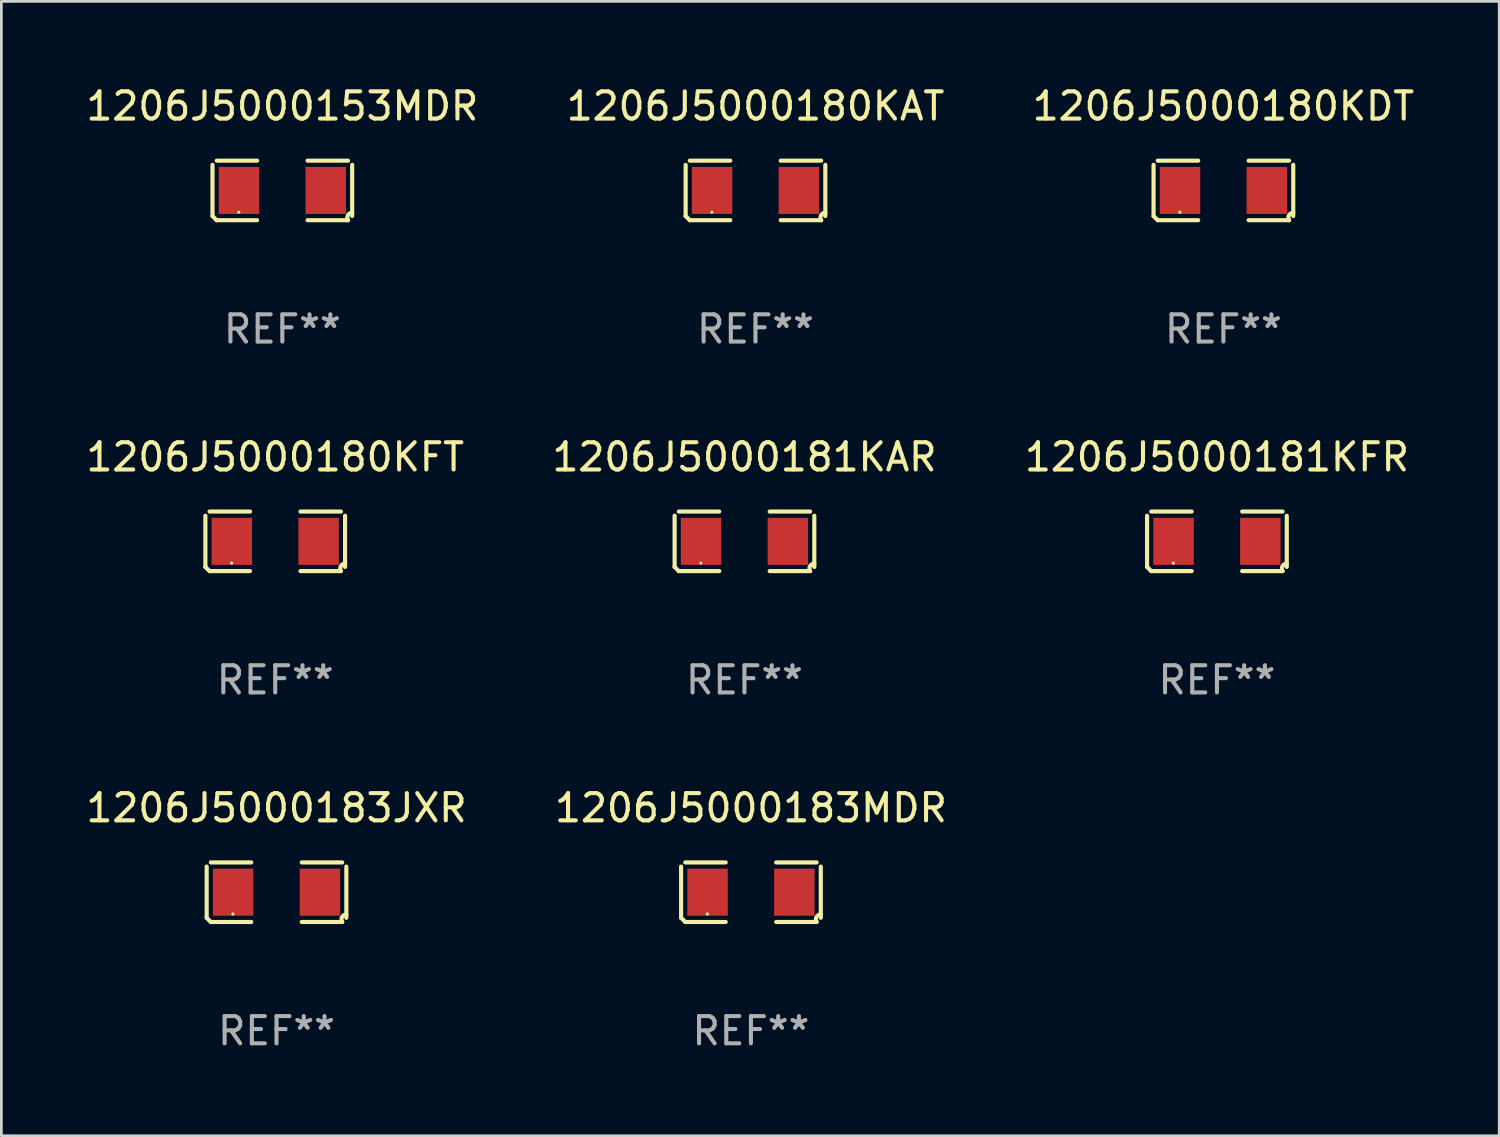
<source format=kicad_pcb>
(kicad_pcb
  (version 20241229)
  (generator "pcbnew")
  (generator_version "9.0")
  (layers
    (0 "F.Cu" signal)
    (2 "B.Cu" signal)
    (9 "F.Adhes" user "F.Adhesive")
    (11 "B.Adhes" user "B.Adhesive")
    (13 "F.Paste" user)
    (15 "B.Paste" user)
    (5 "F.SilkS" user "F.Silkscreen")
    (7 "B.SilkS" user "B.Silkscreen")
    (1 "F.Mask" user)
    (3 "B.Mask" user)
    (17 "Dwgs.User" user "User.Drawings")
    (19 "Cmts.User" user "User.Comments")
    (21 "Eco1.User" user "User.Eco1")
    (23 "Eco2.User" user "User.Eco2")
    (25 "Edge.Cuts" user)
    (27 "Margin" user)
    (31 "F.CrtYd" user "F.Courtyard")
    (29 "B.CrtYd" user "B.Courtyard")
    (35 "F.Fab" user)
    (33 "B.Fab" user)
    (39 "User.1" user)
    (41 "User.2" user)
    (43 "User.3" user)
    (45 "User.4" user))
  (footprint "1206J5000180KFT"
    (layer "F.Cu")
    (at 7.054 16.823)
    (property "Reference" "1206J5000180KFT" (at 0 -3.093 0) (layer "F.SilkS") (effects (font (size 1 1) (thickness 0.15))))
    (attr through_hole)
    (fp_line (start -2.564 0.94) (end -2.564 -0.94) (stroke (width 0.152) (type solid)) (layer "F.SilkS"))
    (fp_line (start -2.411 -1.093) (end -0.926 -1.093) (stroke (width 0.152) (type solid)) (layer "F.SilkS"))
    (fp_line (start -0.926 1.093) (end -2.411 1.093) (stroke (width 0.152) (type solid)) (layer "F.SilkS"))
    (fp_line (start 0.926 1.093) (end 2.411 1.093) (stroke (width 0.152) (type solid)) (layer "F.SilkS"))
    (fp_line (start 2.411 -1.093) (end 0.926 -1.093) (stroke (width 0.152) (type solid)) (layer "F.SilkS"))
    (fp_line (start 2.564 0.94) (end 2.564 -0.94) (stroke (width 0.152) (type solid)) (layer "F.SilkS"))
    (fp_arc (start -2.411201 1.092609) (mid -2.487413 1.01642) (end -2.563602 0.940208) (stroke (width 0.1524) (type solid)) (layer "F.SilkS"))
    (fp_arc (start 2.411201 1.092609) (mid 2.407159 0.911226) (end 2.563602 0.819347) (stroke (width 0.1524) (type solid)) (layer "F.SilkS"))
    (fp_circle (center -1.6 0.8) (end -1.57 0.8) (stroke (width 0.06) (type solid)) (fill no) (layer "F.SilkS"))
    (fp_text user "REF**" (at 0 5.093 0) (layer "F.Fab") (effects (font (size 1 1) (thickness 0.15))))
    (pad "1" smd rect (at -1.593 0) (size 1.485 1.728) (layers "F.Cu" "F.Mask" "F.Paste"))
    (pad "2" smd rect (at 1.593 0) (size 1.485 1.728) (layers "F.Cu" "F.Mask" "F.Paste")))
  (footprint "1206J5000180KDT"
    (layer "F.Cu")
    (at 41.863 3.941)
    (property "Reference" "1206J5000180KDT" (at 0 -3.093 0) (layer "F.SilkS") (effects (font (size 1 1) (thickness 0.15))))
    (attr through_hole)
    (fp_line (start -2.564 0.94) (end -2.564 -0.94) (stroke (width 0.152) (type solid)) (layer "F.SilkS"))
    (fp_line (start -2.411 -1.093) (end -0.926 -1.093) (stroke (width 0.152) (type solid)) (layer "F.SilkS"))
    (fp_line (start -0.926 1.093) (end -2.411 1.093) (stroke (width 0.152) (type solid)) (layer "F.SilkS"))
    (fp_line (start 0.926 1.093) (end 2.411 1.093) (stroke (width 0.152) (type solid)) (layer "F.SilkS"))
    (fp_line (start 2.411 -1.093) (end 0.926 -1.093) (stroke (width 0.152) (type solid)) (layer "F.SilkS"))
    (fp_line (start 2.564 0.94) (end 2.564 -0.94) (stroke (width 0.152) (type solid)) (layer "F.SilkS"))
    (fp_arc (start -2.411201 1.092609) (mid -2.487413 1.01642) (end -2.563602 0.940208) (stroke (width 0.1524) (type solid)) (layer "F.SilkS"))
    (fp_arc (start 2.411201 1.092609) (mid 2.407159 0.911226) (end 2.563602 0.819347) (stroke (width 0.1524) (type solid)) (layer "F.SilkS"))
    (fp_circle (center -1.6 0.8) (end -1.57 0.8) (stroke (width 0.06) (type solid)) (fill no) (layer "F.SilkS"))
    (fp_text user "REF**" (at 0 5.093 0) (layer "F.Fab") (effects (font (size 1 1) (thickness 0.15))))
    (pad "1" smd rect (at -1.593 0) (size 1.485 1.728) (layers "F.Cu" "F.Mask" "F.Paste"))
    (pad "2" smd rect (at 1.593 0) (size 1.485 1.728) (layers "F.Cu" "F.Mask" "F.Paste")))
  (footprint "1206J5000183JXR"
    (layer "F.Cu")
    (at 7.101 29.704)
    (property "Reference" "1206J5000183JXR" (at 0 -3.093 0) (layer "F.SilkS") (effects (font (size 1 1) (thickness 0.15))))
    (attr through_hole)
    (fp_line (start -2.564 0.94) (end -2.564 -0.94) (stroke (width 0.152) (type solid)) (layer "F.SilkS"))
    (fp_line (start -2.411 -1.093) (end -0.926 -1.093) (stroke (width 0.152) (type solid)) (layer "F.SilkS"))
    (fp_line (start -0.926 1.093) (end -2.411 1.093) (stroke (width 0.152) (type solid)) (layer "F.SilkS"))
    (fp_line (start 0.926 1.093) (end 2.411 1.093) (stroke (width 0.152) (type solid)) (layer "F.SilkS"))
    (fp_line (start 2.411 -1.093) (end 0.926 -1.093) (stroke (width 0.152) (type solid)) (layer "F.SilkS"))
    (fp_line (start 2.564 0.94) (end 2.564 -0.94) (stroke (width 0.152) (type solid)) (layer "F.SilkS"))
    (fp_arc (start -2.411201 1.092609) (mid -2.487413 1.01642) (end -2.563602 0.940208) (stroke (width 0.1524) (type solid)) (layer "F.SilkS"))
    (fp_arc (start 2.411201 1.092609) (mid 2.407159 0.911226) (end 2.563602 0.819347) (stroke (width 0.1524) (type solid)) (layer "F.SilkS"))
    (fp_circle (center -1.6 0.8) (end -1.57 0.8) (stroke (width 0.06) (type solid)) (fill no) (layer "F.SilkS"))
    (fp_text user "REF**" (at 0 5.093 0) (layer "F.Fab") (effects (font (size 1 1) (thickness 0.15))))
    (pad "1" smd rect (at -1.593 0) (size 1.485 1.728) (layers "F.Cu" "F.Mask" "F.Paste"))
    (pad "2" smd rect (at 1.593 0) (size 1.485 1.728) (layers "F.Cu" "F.Mask" "F.Paste")))
  (footprint "1206J5000180KAT"
    (layer "F.Cu")
    (at 24.685 3.941)
    (property "Reference" "1206J5000180KAT" (at 0 -3.093 0) (layer "F.SilkS") (effects (font (size 1 1) (thickness 0.15))))
    (attr through_hole)
    (fp_line (start -2.564 0.94) (end -2.564 -0.94) (stroke (width 0.152) (type solid)) (layer "F.SilkS"))
    (fp_line (start -2.411 -1.093) (end -0.926 -1.093) (stroke (width 0.152) (type solid)) (layer "F.SilkS"))
    (fp_line (start -0.926 1.093) (end -2.411 1.093) (stroke (width 0.152) (type solid)) (layer "F.SilkS"))
    (fp_line (start 0.926 1.093) (end 2.411 1.093) (stroke (width 0.152) (type solid)) (layer "F.SilkS"))
    (fp_line (start 2.411 -1.093) (end 0.926 -1.093) (stroke (width 0.152) (type solid)) (layer "F.SilkS"))
    (fp_line (start 2.564 0.94) (end 2.564 -0.94) (stroke (width 0.152) (type solid)) (layer "F.SilkS"))
    (fp_arc (start -2.411201 1.092609) (mid -2.487413 1.01642) (end -2.563602 0.940208) (stroke (width 0.1524) (type solid)) (layer "F.SilkS"))
    (fp_arc (start 2.411201 1.092609) (mid 2.407159 0.911226) (end 2.563602 0.819347) (stroke (width 0.1524) (type solid)) (layer "F.SilkS"))
    (fp_circle (center -1.6 0.8) (end -1.57 0.8) (stroke (width 0.06) (type solid)) (fill no) (layer "F.SilkS"))
    (fp_text user "REF**" (at 0 5.093 0) (layer "F.Fab") (effects (font (size 1 1) (thickness 0.15))))
    (pad "1" smd rect (at -1.593 0) (size 1.485 1.728) (layers "F.Cu" "F.Mask" "F.Paste"))
    (pad "2" smd rect (at 1.593 0) (size 1.485 1.728) (layers "F.Cu" "F.Mask" "F.Paste")))
  (footprint "1206J5000181KFR"
    (layer "F.Cu")
    (at 41.625 16.823)
    (property "Reference" "1206J5000181KFR" (at 0 -3.093 0) (layer "F.SilkS") (effects (font (size 1 1) (thickness 0.15))))
    (attr through_hole)
    (fp_line (start -2.564 0.94) (end -2.564 -0.94) (stroke (width 0.152) (type solid)) (layer "F.SilkS"))
    (fp_line (start -2.411 -1.093) (end -0.926 -1.093) (stroke (width 0.152) (type solid)) (layer "F.SilkS"))
    (fp_line (start -0.926 1.093) (end -2.411 1.093) (stroke (width 0.152) (type solid)) (layer "F.SilkS"))
    (fp_line (start 0.926 1.093) (end 2.411 1.093) (stroke (width 0.152) (type solid)) (layer "F.SilkS"))
    (fp_line (start 2.411 -1.093) (end 0.926 -1.093) (stroke (width 0.152) (type solid)) (layer "F.SilkS"))
    (fp_line (start 2.564 0.94) (end 2.564 -0.94) (stroke (width 0.152) (type solid)) (layer "F.SilkS"))
    (fp_arc (start -2.411201 1.092609) (mid -2.487413 1.01642) (end -2.563602 0.940208) (stroke (width 0.1524) (type solid)) (layer "F.SilkS"))
    (fp_arc (start 2.411201 1.092609) (mid 2.407159 0.911226) (end 2.563602 0.819347) (stroke (width 0.1524) (type solid)) (layer "F.SilkS"))
    (fp_circle (center -1.6 0.8) (end -1.57 0.8) (stroke (width 0.06) (type solid)) (fill no) (layer "F.SilkS"))
    (fp_text user "REF**" (at 0 5.093 0) (layer "F.Fab") (effects (font (size 1 1) (thickness 0.15))))
    (pad "1" smd rect (at -1.593 0) (size 1.485 1.728) (layers "F.Cu" "F.Mask" "F.Paste"))
    (pad "2" smd rect (at 1.593 0) (size 1.485 1.728) (layers "F.Cu" "F.Mask" "F.Paste")))
  (footprint "1206J5000153MDR"
    (layer "F.Cu")
    (at 7.315 3.941)
    (property "Reference" "1206J5000153MDR" (at 0 -3.093 0) (layer "F.SilkS") (effects (font (size 1 1) (thickness 0.15))))
    (attr through_hole)
    (fp_line (start -2.564 0.94) (end -2.564 -0.94) (stroke (width 0.152) (type solid)) (layer "F.SilkS"))
    (fp_line (start -2.411 -1.093) (end -0.926 -1.093) (stroke (width 0.152) (type solid)) (layer "F.SilkS"))
    (fp_line (start -0.926 1.093) (end -2.411 1.093) (stroke (width 0.152) (type solid)) (layer "F.SilkS"))
    (fp_line (start 0.926 1.093) (end 2.411 1.093) (stroke (width 0.152) (type solid)) (layer "F.SilkS"))
    (fp_line (start 2.411 -1.093) (end 0.926 -1.093) (stroke (width 0.152) (type solid)) (layer "F.SilkS"))
    (fp_line (start 2.564 0.94) (end 2.564 -0.94) (stroke (width 0.152) (type solid)) (layer "F.SilkS"))
    (fp_arc (start -2.411201 1.092609) (mid -2.487413 1.01642) (end -2.563602 0.940208) (stroke (width 0.1524) (type solid)) (layer "F.SilkS"))
    (fp_arc (start 2.411201 1.092609) (mid 2.407159 0.911226) (end 2.563602 0.819347) (stroke (width 0.1524) (type solid)) (layer "F.SilkS"))
    (fp_circle (center -1.6 0.8) (end -1.57 0.8) (stroke (width 0.06) (type solid)) (fill no) (layer "F.SilkS"))
    (fp_text user "REF**" (at 0 5.093 0) (layer "F.Fab") (effects (font (size 1 1) (thickness 0.15))))
    (pad "1" smd rect (at -1.593 0) (size 1.485 1.728) (layers "F.Cu" "F.Mask" "F.Paste"))
    (pad "2" smd rect (at 1.593 0) (size 1.485 1.728) (layers "F.Cu" "F.Mask" "F.Paste")))
  (footprint "1206J5000181KAR"
    (layer "F.Cu")
    (at 24.28 16.823)
    (property "Reference" "1206J5000181KAR" (at 0 -3.093 0) (layer "F.SilkS") (effects (font (size 1 1) (thickness 0.15))))
    (attr through_hole)
    (fp_line (start -2.564 0.94) (end -2.564 -0.94) (stroke (width 0.152) (type solid)) (layer "F.SilkS"))
    (fp_line (start -2.411 -1.093) (end -0.926 -1.093) (stroke (width 0.152) (type solid)) (layer "F.SilkS"))
    (fp_line (start -0.926 1.093) (end -2.411 1.093) (stroke (width 0.152) (type solid)) (layer "F.SilkS"))
    (fp_line (start 0.926 1.093) (end 2.411 1.093) (stroke (width 0.152) (type solid)) (layer "F.SilkS"))
    (fp_line (start 2.411 -1.093) (end 0.926 -1.093) (stroke (width 0.152) (type solid)) (layer "F.SilkS"))
    (fp_line (start 2.564 0.94) (end 2.564 -0.94) (stroke (width 0.152) (type solid)) (layer "F.SilkS"))
    (fp_arc (start -2.411201 1.092609) (mid -2.487413 1.01642) (end -2.563602 0.940208) (stroke (width 0.1524) (type solid)) (layer "F.SilkS"))
    (fp_arc (start 2.411201 1.092609) (mid 2.407159 0.911226) (end 2.563602 0.819347) (stroke (width 0.1524) (type solid)) (layer "F.SilkS"))
    (fp_circle (center -1.6 0.8) (end -1.57 0.8) (stroke (width 0.06) (type solid)) (fill no) (layer "F.SilkS"))
    (fp_text user "REF**" (at 0 5.093 0) (layer "F.Fab") (effects (font (size 1 1) (thickness 0.15))))
    (pad "1" smd rect (at -1.593 0) (size 1.485 1.728) (layers "F.Cu" "F.Mask" "F.Paste"))
    (pad "2" smd rect (at 1.593 0) (size 1.485 1.728) (layers "F.Cu" "F.Mask" "F.Paste")))
  (footprint "1206J5000183MDR"
    (layer "F.Cu")
    (at 24.518 29.704)
    (property "Reference" "1206J5000183MDR" (at 0 -3.093 0) (layer "F.SilkS") (effects (font (size 1 1) (thickness 0.15))))
    (attr through_hole)
    (fp_line (start -2.564 0.94) (end -2.564 -0.94) (stroke (width 0.152) (type solid)) (layer "F.SilkS"))
    (fp_line (start -2.411 -1.093) (end -0.926 -1.093) (stroke (width 0.152) (type solid)) (layer "F.SilkS"))
    (fp_line (start -0.926 1.093) (end -2.411 1.093) (stroke (width 0.152) (type solid)) (layer "F.SilkS"))
    (fp_line (start 0.926 1.093) (end 2.411 1.093) (stroke (width 0.152) (type solid)) (layer "F.SilkS"))
    (fp_line (start 2.411 -1.093) (end 0.926 -1.093) (stroke (width 0.152) (type solid)) (layer "F.SilkS"))
    (fp_line (start 2.564 0.94) (end 2.564 -0.94) (stroke (width 0.152) (type solid)) (layer "F.SilkS"))
    (fp_arc (start -2.411201 1.092609) (mid -2.487413 1.01642) (end -2.563602 0.940208) (stroke (width 0.1524) (type solid)) (layer "F.SilkS"))
    (fp_arc (start 2.411201 1.092609) (mid 2.407159 0.911226) (end 2.563602 0.819347) (stroke (width 0.1524) (type solid)) (layer "F.SilkS"))
    (fp_circle (center -1.6 0.8) (end -1.57 0.8) (stroke (width 0.06) (type solid)) (fill no) (layer "F.SilkS"))
    (fp_text user "REF**" (at 0 5.093 0) (layer "F.Fab") (effects (font (size 1 1) (thickness 0.15))))
    (pad "1" smd rect (at -1.593 0) (size 1.485 1.728) (layers "F.Cu" "F.Mask" "F.Paste"))
    (pad "2" smd rect (at 1.593 0) (size 1.485 1.728) (layers "F.Cu" "F.Mask" "F.Paste")))
  (gr_rect
    (start -3 -3)
    (end 51.988 38.645)
    (stroke (width 0.1) (type default))
    (fill no)
    (layer "Edge.Cuts")))
</source>
